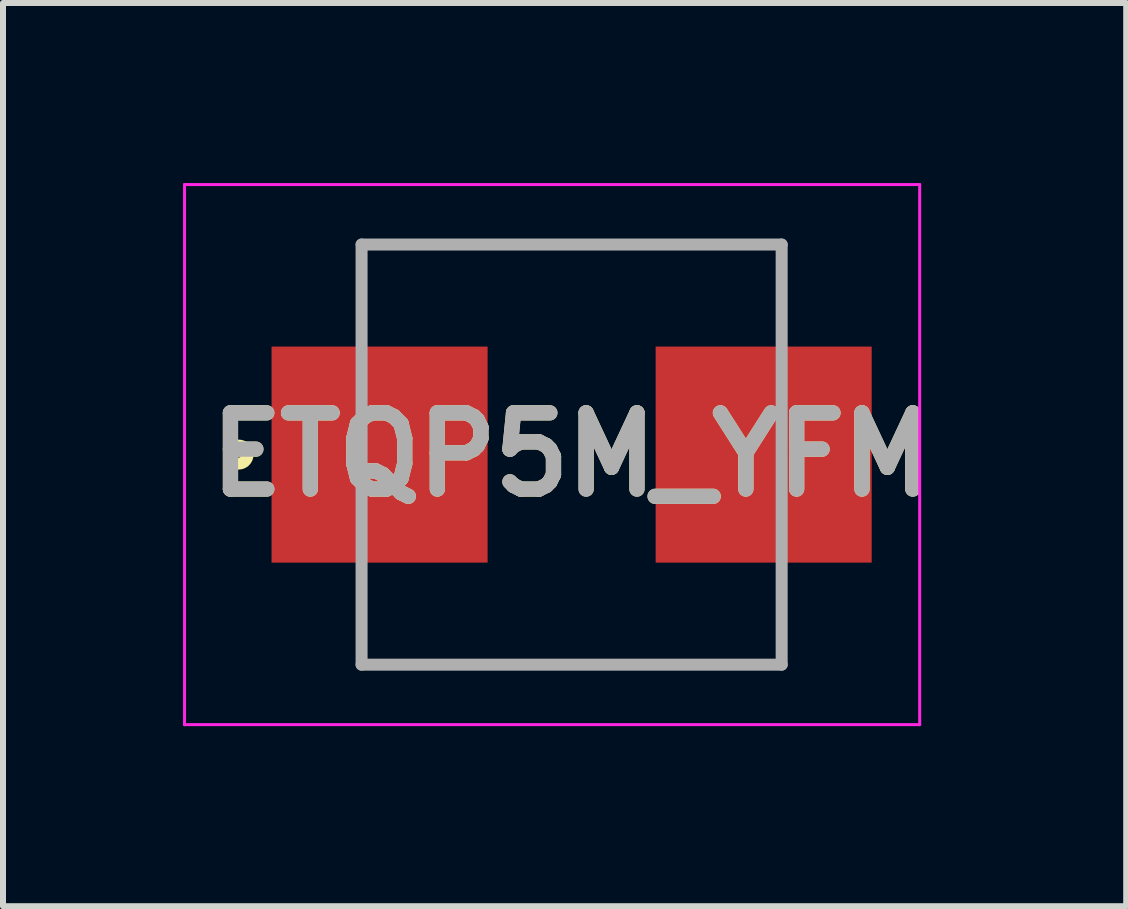
<source format=kicad_pcb>
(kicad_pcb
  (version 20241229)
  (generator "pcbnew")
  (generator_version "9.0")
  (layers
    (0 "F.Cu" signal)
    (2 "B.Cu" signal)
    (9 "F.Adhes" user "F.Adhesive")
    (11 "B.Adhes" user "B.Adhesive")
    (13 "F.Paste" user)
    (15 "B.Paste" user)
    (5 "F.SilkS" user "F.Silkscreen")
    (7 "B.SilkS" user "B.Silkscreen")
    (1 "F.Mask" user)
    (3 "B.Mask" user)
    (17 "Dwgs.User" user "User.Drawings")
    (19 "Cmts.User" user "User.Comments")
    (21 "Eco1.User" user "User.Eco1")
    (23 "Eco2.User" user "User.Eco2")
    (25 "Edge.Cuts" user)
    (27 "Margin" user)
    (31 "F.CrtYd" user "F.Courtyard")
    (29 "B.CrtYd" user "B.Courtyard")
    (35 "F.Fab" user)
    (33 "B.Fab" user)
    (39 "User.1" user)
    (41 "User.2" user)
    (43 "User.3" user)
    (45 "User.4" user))
  (footprint "ETQP5M_YFM"
    (layer "F.Cu")
    (at 6.475 4.525)
    (property "Reference" "ETQP5M_YFM" (at 0 0 0) (layer "F.SilkS") (effects (font (size 1.27 1.27) (thickness 0.254))))
    (attr smd)
    (fp_line (start -3.5 -3.5) (end 3.5 -3.5) (stroke (width 0.1) (type solid)) (layer "F.SilkS"))
    (fp_line (start 3.5 3.5) (end -3.5 3.5) (stroke (width 0.1) (type solid)) (layer "F.SilkS"))
    (fp_circle (center -5.55 0) (end -5.55 0.05) (stroke (width 0.2) (type solid)) (fill no) (layer "F.SilkS"))
    (fp_line (start -6.45 -4.5) (end 5.8 -4.5) (stroke (width 0.05) (type solid)) (layer "F.CrtYd"))
    (fp_line (start -6.45 4.5) (end -6.45 -4.5) (stroke (width 0.05) (type solid)) (layer "F.CrtYd"))
    (fp_line (start 5.8 -4.5) (end 5.8 4.5) (stroke (width 0.05) (type solid)) (layer "F.CrtYd"))
    (fp_line (start 5.8 4.5) (end -6.45 4.5) (stroke (width 0.05) (type solid)) (layer "F.CrtYd"))
    (fp_line (start -3.5 -3.5) (end 3.5 -3.5) (stroke (width 0.2) (type solid)) (layer "F.Fab"))
    (fp_line (start -3.5 3.5) (end -3.5 -3.5) (stroke (width 0.2) (type solid)) (layer "F.Fab"))
    (fp_line (start 3.5 -3.5) (end 3.5 3.5) (stroke (width 0.2) (type solid)) (layer "F.Fab"))
    (fp_line (start 3.5 3.5) (end -3.5 3.5) (stroke (width 0.2) (type solid)) (layer "F.Fab"))
    (fp_text user "${REFERENCE}" (at 0 0 0) (layer "F.Fab") (effects (font (size 1.27 1.27) (thickness 0.254))))
    (pad "1" smd rect (at -3.2 0 90) (size 3.6 3.6) (layers "F.Cu" "F.Mask" "F.Paste"))
    (pad "2" smd rect (at 3.2 0 90) (size 3.6 3.6) (layers "F.Cu" "F.Mask" "F.Paste")))
  (gr_rect
    (start -3 -3)
    (end 15.716 12.05)
    (stroke (width 0.1) (type default))
    (fill no)
    (layer "Edge.Cuts")))
</source>
